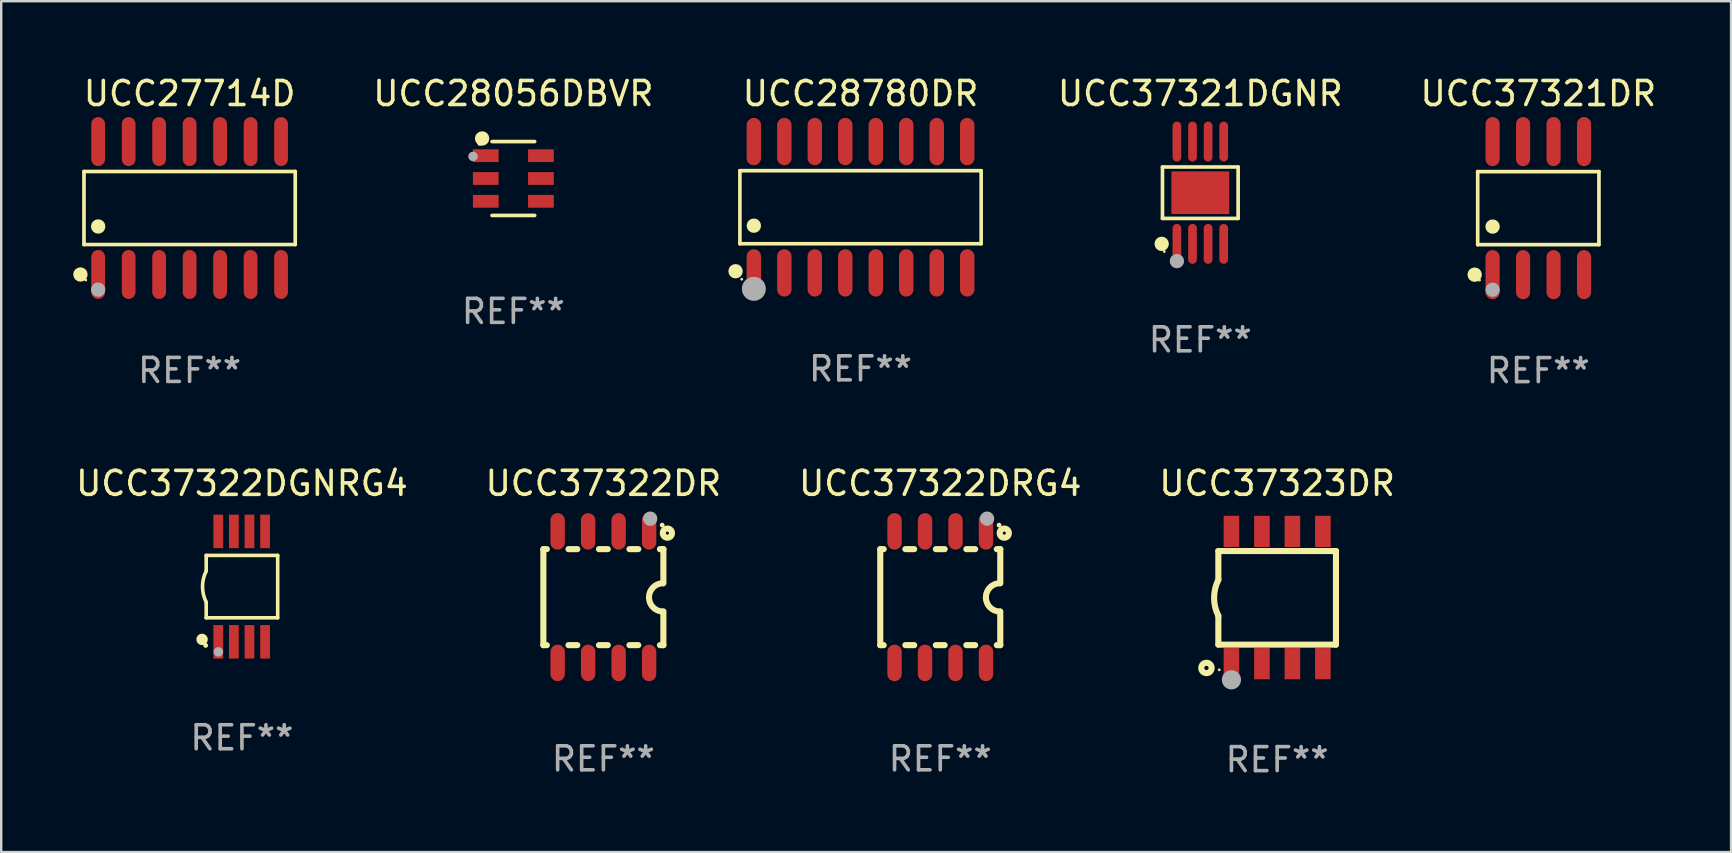
<source format=kicad_pcb>
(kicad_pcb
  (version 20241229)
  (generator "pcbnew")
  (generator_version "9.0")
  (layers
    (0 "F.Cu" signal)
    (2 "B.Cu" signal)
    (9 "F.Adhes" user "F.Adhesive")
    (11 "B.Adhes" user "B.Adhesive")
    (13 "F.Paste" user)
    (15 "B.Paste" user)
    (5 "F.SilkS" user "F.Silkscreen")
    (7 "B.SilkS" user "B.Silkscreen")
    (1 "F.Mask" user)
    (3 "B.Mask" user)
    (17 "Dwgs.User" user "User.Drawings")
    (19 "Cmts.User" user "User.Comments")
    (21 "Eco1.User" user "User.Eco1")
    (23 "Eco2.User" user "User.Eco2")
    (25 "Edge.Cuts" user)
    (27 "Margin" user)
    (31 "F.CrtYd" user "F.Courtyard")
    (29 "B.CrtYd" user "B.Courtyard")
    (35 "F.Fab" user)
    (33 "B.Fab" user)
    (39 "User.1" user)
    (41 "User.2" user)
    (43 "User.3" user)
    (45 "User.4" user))
  (footprint "UCC28056DBVR"
    (layer "F.Cu")
    (at 18.338 4.387)
    (property "Reference" "UCC28056DBVR" (at 0 -3.539 0) (layer "F.SilkS") (effects (font (size 1 1) (thickness 0.15))))
    (attr through_hole)
    (fp_line (start -0.889 -1.539) (end 0.889 -1.539) (stroke (width 0.152) (type solid)) (layer "F.SilkS"))
    (fp_line (start -0.889 1.539) (end 0.889 1.539) (stroke (width 0.152) (type solid)) (layer "F.SilkS"))
    (fp_circle (center -1.4 -1.463) (end -1.35 -1.463) (stroke (width 0.1) (type solid)) (fill no) (layer "F.SilkS"))
    (fp_circle (center -1.301 -1.668) (end -1.151 -1.668) (stroke (width 0.3) (type solid)) (fill no) (layer "F.SilkS"))
    (fp_circle (center -1.68 -0.92) (end -1.58 -0.92) (stroke (width 0.2) (type solid)) (fill no) (layer "F.Fab"))
    (fp_text user "REF**" (at 0 5.539 0) (layer "F.Fab") (effects (font (size 1 1) (thickness 0.15))))
    (pad "1" smd rect (at -1.149 -0.95 270) (size 0.532 1.072) (layers "F.Cu" "F.Mask" "F.Paste"))
    (pad "2" smd rect (at -1.149 0.000102 270) (size 0.532 1.072) (layers "F.Cu" "F.Mask" "F.Paste"))
    (pad "3" smd rect (at -1.149 0.95 270) (size 0.532 1.072) (layers "F.Cu" "F.Mask" "F.Paste"))
    (pad "4" smd rect (at 1.149 0.95 270) (size 0.532 1.072) (layers "F.Cu" "F.Mask" "F.Paste"))
    (pad "5" smd rect (at 1.149 0.000102 270) (size 0.532 1.072) (layers "F.Cu" "F.Mask" "F.Paste"))
    (pad "6" smd rect (at 1.149 -0.95 270) (size 0.532 1.072) (layers "F.Cu" "F.Mask" "F.Paste")))
  (footprint "UCC37323DR"
    (layer "F.Cu")
    (at 50.161 21.845)
    (property "Reference" "UCC37323DR" (at 0 -4.756 0) (layer "F.SilkS") (effects (font (size 1 1) (thickness 0.15))))
    (attr through_hole)
    (fp_line (start -2.45 -1.937) (end -2.45 -0.737) (stroke (width 0.254) (type solid)) (layer "F.SilkS"))
    (fp_line (start -2.45 -1.937) (end 2.45 -1.937) (stroke (width 0.254) (type solid)) (layer "F.SilkS"))
    (fp_line (start -2.45 1.963) (end -2.45 0.763) (stroke (width 0.254) (type solid)) (layer "F.SilkS"))
    (fp_line (start -2.45 1.963) (end 2.45 1.963) (stroke (width 0.254) (type solid)) (layer "F.SilkS"))
    (fp_line (start 2.45 -1.937) (end 2.45 1.963) (stroke (width 0.254) (type solid)) (layer "F.SilkS"))
    (fp_arc (start -2.449797 0.763271) (mid -2.626996 0.012993) (end -2.450025 -0.737338) (stroke (width 0.254001) (type solid)) (layer "F.SilkS"))
    (fp_circle (center -2.946 2.934) (end -2.73 2.934) (stroke (width 0.254) (type solid)) (fill no) (layer "F.SilkS"))
    (fp_circle (center -2.413 3.013) (end -2.383 3.013) (stroke (width 0.06) (type solid)) (fill no) (layer "F.SilkS"))
    (fp_circle (center -1.905 3.429) (end -1.705 3.429) (stroke (width 0.4) (type solid)) (fill no) (layer "F.Fab"))
    (fp_text user "REF**" (at 0 6.756 0) (layer "F.Fab") (effects (font (size 1 1) (thickness 0.15))))
    (pad "1" smd rect (at -1.905 2.756) (size 0.65 1.3) (layers "F.Cu" "F.Mask" "F.Paste"))
    (pad "2" smd rect (at -0.635 2.756) (size 0.65 1.3) (layers "F.Cu" "F.Mask" "F.Paste"))
    (pad "3" smd rect (at 0.635 2.756) (size 0.65 1.3) (layers "F.Cu" "F.Mask" "F.Paste"))
    (pad "4" smd rect (at 1.905 2.756) (size 0.65 1.3) (layers "F.Cu" "F.Mask" "F.Paste"))
    (pad "5" smd rect (at 1.905 -2.756) (size 0.65 1.3) (layers "F.Cu" "F.Mask" "F.Paste"))
    (pad "6" smd rect (at 0.635 -2.756) (size 0.65 1.3) (layers "F.Cu" "F.Mask" "F.Paste"))
    (pad "7" smd rect (at -0.635 -2.756) (size 0.65 1.3) (layers "F.Cu" "F.Mask" "F.Paste"))
    (pad "8" smd rect (at -1.905 -2.756) (size 0.65 1.3) (layers "F.Cu" "F.Mask" "F.Paste")))
  (footprint "UCC37322DR"
    (layer "F.Cu")
    (at 22.089 21.829)
    (property "Reference" "UCC37322DR" (at 0 -4.74 0) (layer "F.SilkS") (effects (font (size 1 1) (thickness 0.15))))
    (attr through_hole)
    (fp_line (start -2.5 2) (end -2.5 -2) (stroke (width 0.254) (type solid)) (layer "F.SilkS"))
    (fp_line (start -2.356 -2) (end -2.5 -2) (stroke (width 0.254) (type solid)) (layer "F.SilkS"))
    (fp_line (start -2.356 2) (end -2.5 2) (stroke (width 0.254) (type solid)) (layer "F.SilkS"))
    (fp_line (start -1.086 -2) (end -1.454 -2) (stroke (width 0.254) (type solid)) (layer "F.SilkS"))
    (fp_line (start -1.086 2) (end -1.454 2) (stroke (width 0.254) (type solid)) (layer "F.SilkS"))
    (fp_line (start 0.184 -2) (end -0.184 -2) (stroke (width 0.254) (type solid)) (layer "F.SilkS"))
    (fp_line (start 0.184 2) (end -0.184 2) (stroke (width 0.254) (type solid)) (layer "F.SilkS"))
    (fp_line (start 1.454 -2) (end 1.086 -2) (stroke (width 0.254) (type solid)) (layer "F.SilkS"))
    (fp_line (start 1.454 2) (end 1.086 2) (stroke (width 0.254) (type solid)) (layer "F.SilkS"))
    (fp_line (start 2.5 -2) (end 2.356 -2) (stroke (width 0.254) (type solid)) (layer "F.SilkS"))
    (fp_line (start 2.5 -0.58) (end 2.5 -2) (stroke (width 0.254) (type solid)) (layer "F.SilkS"))
    (fp_line (start 2.5 2) (end 2.356 2) (stroke (width 0.254) (type solid)) (layer "F.SilkS"))
    (fp_line (start 2.5 2) (end 2.5 0.6) (stroke (width 0.254) (type solid)) (layer "F.SilkS"))
    (fp_arc (start 2.489992 0.600051) (mid 1.901674 0.010046) (end 2.489992 -0.579959) (stroke (width 0.254001) (type solid)) (layer "F.SilkS"))
    (fp_circle (center 2.45 -3) (end 2.5 -3) (stroke (width 0.1) (type solid)) (fill no) (layer "F.SilkS"))
    (fp_circle (center 2.667 -2.667) (end 2.858 -2.667) (stroke (width 0.254) (type solid)) (fill no) (layer "F.SilkS"))
    (fp_circle (center 1.95 -3.27) (end 2.1 -3.27) (stroke (width 0.3) (type solid)) (fill no) (layer "F.Fab"))
    (fp_text user "REF**" (at 0 6.74 0) (layer "F.Fab") (effects (font (size 1 1) (thickness 0.15))))
    (pad "1" smd oval (at 1.905 -2.74) (size 0.6 1.52) (layers "F.Cu" "F.Mask" "F.Paste"))
    (pad "2" smd oval (at 0.635 -2.74) (size 0.6 1.52) (layers "F.Cu" "F.Mask" "F.Paste"))
    (pad "3" smd oval (at -0.635 -2.74) (size 0.6 1.52) (layers "F.Cu" "F.Mask" "F.Paste"))
    (pad "4" smd oval (at -1.905 -2.74) (size 0.6 1.52) (layers "F.Cu" "F.Mask" "F.Paste"))
    (pad "5" smd oval (at -1.905 2.74) (size 0.6 1.52) (layers "F.Cu" "F.Mask" "F.Paste"))
    (pad "6" smd oval (at -0.635 2.74) (size 0.6 1.52) (layers "F.Cu" "F.Mask" "F.Paste"))
    (pad "7" smd oval (at 0.635 2.74) (size 0.6 1.52) (layers "F.Cu" "F.Mask" "F.Paste"))
    (pad "8" smd oval (at 1.905 2.74) (size 0.6 1.52) (layers "F.Cu" "F.Mask" "F.Paste")))
  (footprint "UCC37322DGNRG4"
    (layer "F.Cu")
    (at 7.03 21.39)
    (property "Reference" "UCC37322DGNRG4" (at 0 -4.3 0) (layer "F.SilkS") (effects (font (size 1 1) (thickness 0.15))))
    (attr through_hole)
    (fp_line (start -1.489 -1.3) (end -1.489 -0.648) (stroke (width 0.15) (type solid)) (layer "F.SilkS"))
    (fp_line (start -1.489 0.648) (end -1.489 1.3) (stroke (width 0.15) (type solid)) (layer "F.SilkS"))
    (fp_line (start -1.489 1.3) (end 1.489 1.3) (stroke (width 0.15) (type solid)) (layer "F.SilkS"))
    (fp_line (start 1.489 -1.3) (end -1.489 -1.3) (stroke (width 0.15) (type solid)) (layer "F.SilkS"))
    (fp_line (start 1.489 1.3) (end 1.489 -1.3) (stroke (width 0.15) (type solid)) (layer "F.SilkS"))
    (fp_arc (start -1.489205 0.647702) (mid -1.642107 0) (end -1.489205 -0.647701) (stroke (width 0.150013) (type solid)) (layer "F.SilkS"))
    (fp_circle (center -1.661 2.2) (end -1.541 2.2) (stroke (width 0.24) (type solid)) (fill no) (layer "F.SilkS"))
    (fp_circle (center -1.511 2.45) (end -1.461 2.45) (stroke (width 0.1) (type solid)) (fill no) (layer "F.SilkS"))
    (fp_circle (center -0.981 2.72) (end -0.881 2.72) (stroke (width 0.2) (type solid)) (fill no) (layer "F.Fab"))
    (fp_text user "REF**" (at 0 6.3 0) (layer "F.Fab") (effects (font (size 1 1) (thickness 0.15))))
    (pad "1" smd rect (at -0.986 2.3) (size 0.406 1.397) (layers "F.Cu" "F.Mask" "F.Paste"))
    (pad "2" smd rect (at -0.336 2.3) (size 0.406 1.397) (layers "F.Cu" "F.Mask" "F.Paste"))
    (pad "3" smd rect (at 0.314 2.3) (size 0.406 1.397) (layers "F.Cu" "F.Mask" "F.Paste"))
    (pad "4" smd rect (at 0.964 2.3) (size 0.406 1.397) (layers "F.Cu" "F.Mask" "F.Paste"))
    (pad "5" smd rect (at 0.964 -2.3) (size 0.406 1.397) (layers "F.Cu" "F.Mask" "F.Paste"))
    (pad "6" smd rect (at 0.314 -2.3) (size 0.406 1.397) (layers "F.Cu" "F.Mask" "F.Paste"))
    (pad "7" smd rect (at -0.336 -2.3) (size 0.406 1.397) (layers "F.Cu" "F.Mask" "F.Paste"))
    (pad "8" smd rect (at -0.986 -2.3) (size 0.406 1.397) (layers "F.Cu" "F.Mask" "F.Paste")))
  (footprint "UCC37322DRG4"
    (layer "F.Cu")
    (at 36.125 21.829)
    (property "Reference" "UCC37322DRG4" (at 0 -4.74 0) (layer "F.SilkS") (effects (font (size 1 1) (thickness 0.15))))
    (attr through_hole)
    (fp_line (start -2.5 2) (end -2.5 -2) (stroke (width 0.254) (type solid)) (layer "F.SilkS"))
    (fp_line (start -2.356 -2) (end -2.5 -2) (stroke (width 0.254) (type solid)) (layer "F.SilkS"))
    (fp_line (start -2.356 2) (end -2.5 2) (stroke (width 0.254) (type solid)) (layer "F.SilkS"))
    (fp_line (start -1.086 -2) (end -1.454 -2) (stroke (width 0.254) (type solid)) (layer "F.SilkS"))
    (fp_line (start -1.086 2) (end -1.454 2) (stroke (width 0.254) (type solid)) (layer "F.SilkS"))
    (fp_line (start 0.184 -2) (end -0.184 -2) (stroke (width 0.254) (type solid)) (layer "F.SilkS"))
    (fp_line (start 0.184 2) (end -0.184 2) (stroke (width 0.254) (type solid)) (layer "F.SilkS"))
    (fp_line (start 1.454 -2) (end 1.086 -2) (stroke (width 0.254) (type solid)) (layer "F.SilkS"))
    (fp_line (start 1.454 2) (end 1.086 2) (stroke (width 0.254) (type solid)) (layer "F.SilkS"))
    (fp_line (start 2.5 -2) (end 2.356 -2) (stroke (width 0.254) (type solid)) (layer "F.SilkS"))
    (fp_line (start 2.5 -0.58) (end 2.5 -2) (stroke (width 0.254) (type solid)) (layer "F.SilkS"))
    (fp_line (start 2.5 2) (end 2.356 2) (stroke (width 0.254) (type solid)) (layer "F.SilkS"))
    (fp_line (start 2.5 2) (end 2.5 0.6) (stroke (width 0.254) (type solid)) (layer "F.SilkS"))
    (fp_arc (start 2.489992 0.600051) (mid 1.901674 0.010046) (end 2.489992 -0.579959) (stroke (width 0.254001) (type solid)) (layer "F.SilkS"))
    (fp_circle (center 2.45 -3) (end 2.5 -3) (stroke (width 0.1) (type solid)) (fill no) (layer "F.SilkS"))
    (fp_circle (center 2.667 -2.667) (end 2.858 -2.667) (stroke (width 0.254) (type solid)) (fill no) (layer "F.SilkS"))
    (fp_circle (center 1.95 -3.27) (end 2.1 -3.27) (stroke (width 0.3) (type solid)) (fill no) (layer "F.Fab"))
    (fp_text user "REF**" (at 0 6.74 0) (layer "F.Fab") (effects (font (size 1 1) (thickness 0.15))))
    (pad "1" smd oval (at 1.905 -2.74) (size 0.6 1.52) (layers "F.Cu" "F.Mask" "F.Paste"))
    (pad "2" smd oval (at 0.635 -2.74) (size 0.6 1.52) (layers "F.Cu" "F.Mask" "F.Paste"))
    (pad "3" smd oval (at -0.635 -2.74) (size 0.6 1.52) (layers "F.Cu" "F.Mask" "F.Paste"))
    (pad "4" smd oval (at -1.905 -2.74) (size 0.6 1.52) (layers "F.Cu" "F.Mask" "F.Paste"))
    (pad "5" smd oval (at -1.905 2.74) (size 0.6 1.52) (layers "F.Cu" "F.Mask" "F.Paste"))
    (pad "6" smd oval (at -0.635 2.74) (size 0.6 1.52) (layers "F.Cu" "F.Mask" "F.Paste"))
    (pad "7" smd oval (at 0.635 2.74) (size 0.6 1.52) (layers "F.Cu" "F.Mask" "F.Paste"))
    (pad "8" smd oval (at 1.905 2.74) (size 0.6 1.52) (layers "F.Cu" "F.Mask" "F.Paste")))
  (footprint "UCC27714D"
    (layer "F.Cu")
    (at 4.85 5.617)
    (property "Reference" "UCC27714D" (at 0 -4.769 0) (layer "F.SilkS") (effects (font (size 1 1) (thickness 0.15))))
    (attr through_hole)
    (fp_line (start -4.401 -1.521) (end 4.401 -1.521) (stroke (width 0.152) (type solid)) (layer "F.SilkS"))
    (fp_line (start -4.401 1.521) (end -4.401 -1.521) (stroke (width 0.152) (type solid)) (layer "F.SilkS"))
    (fp_line (start 4.401 -1.521) (end 4.401 1.521) (stroke (width 0.152) (type solid)) (layer "F.SilkS"))
    (fp_line (start 4.401 1.521) (end -4.401 1.521) (stroke (width 0.152) (type solid)) (layer "F.SilkS"))
    (fp_circle (center -4.549 2.769) (end -4.399 2.769) (stroke (width 0.3) (type solid)) (fill no) (layer "F.SilkS"))
    (fp_circle (center -4.325 3) (end -4.295 3) (stroke (width 0.06) (type solid)) (fill no) (layer "F.SilkS"))
    (fp_circle (center -3.81 0.769) (end -3.66 0.769) (stroke (width 0.3) (type solid)) (fill no) (layer "F.SilkS"))
    (fp_circle (center -3.81 3.4) (end -3.66 3.4) (stroke (width 0.3) (type solid)) (fill no) (layer "F.Fab"))
    (fp_text user "REF**" (at 0 6.769 0) (layer "F.Fab") (effects (font (size 1 1) (thickness 0.15))))
    (pad "1" smd oval (at -3.81 2.769) (size 0.574 2.038) (layers "F.Cu" "F.Mask" "F.Paste"))
    (pad "2" smd oval (at -2.54 2.769) (size 0.574 2.038) (layers "F.Cu" "F.Mask" "F.Paste"))
    (pad "3" smd oval (at -1.27 2.769) (size 0.574 2.038) (layers "F.Cu" "F.Mask" "F.Paste"))
    (pad "4" smd oval (at 0 2.769) (size 0.574 2.038) (layers "F.Cu" "F.Mask" "F.Paste"))
    (pad "5" smd oval (at 1.27 2.769) (size 0.574 2.038) (layers "F.Cu" "F.Mask" "F.Paste"))
    (pad "6" smd oval (at 2.54 2.769) (size 0.574 2.038) (layers "F.Cu" "F.Mask" "F.Paste"))
    (pad "7" smd oval (at 3.81 2.769) (size 0.574 2.038) (layers "F.Cu" "F.Mask" "F.Paste"))
    (pad "8" smd oval (at 3.81 -2.769) (size 0.574 2.038) (layers "F.Cu" "F.Mask" "F.Paste"))
    (pad "9" smd oval (at 2.54 -2.769) (size 0.574 2.038) (layers "F.Cu" "F.Mask" "F.Paste"))
    (pad "10" smd oval (at 1.27 -2.769) (size 0.574 2.038) (layers "F.Cu" "F.Mask" "F.Paste"))
    (pad "11" smd oval (at 0 -2.769) (size 0.574 2.038) (layers "F.Cu" "F.Mask" "F.Paste"))
    (pad "12" smd oval (at -1.27 -2.769) (size 0.574 2.038) (layers "F.Cu" "F.Mask" "F.Paste"))
    (pad "13" smd oval (at -2.54 -2.769) (size 0.574 2.038) (layers "F.Cu" "F.Mask" "F.Paste"))
    (pad "14" smd oval (at -3.81 -2.769) (size 0.574 2.038) (layers "F.Cu" "F.Mask" "F.Paste")))
  (footprint "UCC37321DGNR"
    (layer "F.Cu")
    (at 46.959 4.979)
    (property "Reference" "UCC37321DGNR" (at 0 -4.131 0) (layer "F.SilkS") (effects (font (size 1 1) (thickness 0.15))))
    (attr through_hole)
    (fp_line (start -1.576 -1.071) (end 1.576 -1.071) (stroke (width 0.152) (type solid)) (layer "F.SilkS"))
    (fp_line (start -1.576 1.071) (end -1.576 -1.071) (stroke (width 0.152) (type solid)) (layer "F.SilkS"))
    (fp_line (start 1.576 -1.071) (end 1.576 1.071) (stroke (width 0.152) (type solid)) (layer "F.SilkS"))
    (fp_line (start 1.576 1.071) (end -1.576 1.071) (stroke (width 0.152) (type solid)) (layer "F.SilkS"))
    (fp_circle (center -1.609 2.131) (end -1.459 2.131) (stroke (width 0.3) (type solid)) (fill no) (layer "F.SilkS"))
    (fp_circle (center -1.5 2.45) (end -1.47 2.45) (stroke (width 0.06) (type solid)) (fill no) (layer "F.SilkS"))
    (fp_circle (center -0.975 2.85) (end -0.825 2.85) (stroke (width 0.3) (type solid)) (fill no) (layer "F.Fab"))
    (fp_text user "REF**" (at 0 6.131 0) (layer "F.Fab") (effects (font (size 1 1) (thickness 0.15))))
    (pad "1" smd oval (at -0.975 2.131) (size 0.364 1.662) (layers "F.Cu" "F.Mask" "F.Paste"))
    (pad "2" smd oval (at -0.325 2.131) (size 0.364 1.662) (layers "F.Cu" "F.Mask" "F.Paste"))
    (pad "3" smd oval (at 0.325 2.131) (size 0.364 1.662) (layers "F.Cu" "F.Mask" "F.Paste"))
    (pad "4" smd oval (at 0.975 2.131) (size 0.364 1.662) (layers "F.Cu" "F.Mask" "F.Paste"))
    (pad "5" smd oval (at 0.975 -2.131) (size 0.364 1.662) (layers "F.Cu" "F.Mask" "F.Paste"))
    (pad "6" smd oval (at 0.325 -2.131) (size 0.364 1.662) (layers "F.Cu" "F.Mask" "F.Paste"))
    (pad "7" smd oval (at -0.325 -2.131) (size 0.364 1.662) (layers "F.Cu" "F.Mask" "F.Paste"))
    (pad "8" smd oval (at -0.975 -2.131) (size 0.364 1.662) (layers "F.Cu" "F.Mask" "F.Paste"))
    (pad "9" smd rect (at 0 0) (size 2.41 1.78) (layers "F.Cu" "F.Mask" "F.Paste")))
  (footprint "UCC28780DR"
    (layer "F.Cu")
    (at 32.803 5.584)
    (property "Reference" "UCC28780DR" (at 0 -4.736 0) (layer "F.SilkS") (effects (font (size 1 1) (thickness 0.15))))
    (attr through_hole)
    (fp_line (start -5.026 -1.521) (end 5.026 -1.521) (stroke (width 0.152) (type solid)) (layer "F.SilkS"))
    (fp_line (start -5.026 1.521) (end -5.026 -1.521) (stroke (width 0.152) (type solid)) (layer "F.SilkS"))
    (fp_line (start 5.026 -1.521) (end 5.026 1.521) (stroke (width 0.152) (type solid)) (layer "F.SilkS"))
    (fp_line (start 5.026 1.521) (end -5.026 1.521) (stroke (width 0.152) (type solid)) (layer "F.SilkS"))
    (fp_circle (center -5.207 2.667) (end -5.057 2.667) (stroke (width 0.3) (type solid)) (fill no) (layer "F.SilkS"))
    (fp_circle (center -4.95 3) (end -4.92 3) (stroke (width 0.06) (type solid)) (fill no) (layer "F.SilkS"))
    (fp_circle (center -4.445 0.769) (end -4.295 0.769) (stroke (width 0.3) (type solid)) (fill no) (layer "F.SilkS"))
    (fp_circle (center -4.445 3.4) (end -4.195 3.4) (stroke (width 0.5) (type solid)) (fill no) (layer "F.Fab"))
    (fp_text user "REF**" (at 0 6.736 0) (layer "F.Fab") (effects (font (size 1 1) (thickness 0.15))))
    (pad "1" smd oval (at -4.445 2.736) (size 0.602 1.971) (layers "F.Cu" "F.Mask" "F.Paste"))
    (pad "2" smd oval (at -3.175 2.736) (size 0.602 1.971) (layers "F.Cu" "F.Mask" "F.Paste"))
    (pad "3" smd oval (at -1.905 2.736) (size 0.602 1.971) (layers "F.Cu" "F.Mask" "F.Paste"))
    (pad "4" smd oval (at -0.635 2.736) (size 0.602 1.971) (layers "F.Cu" "F.Mask" "F.Paste"))
    (pad "5" smd oval (at 0.635 2.736) (size 0.602 1.971) (layers "F.Cu" "F.Mask" "F.Paste"))
    (pad "6" smd oval (at 1.905 2.736) (size 0.602 1.971) (layers "F.Cu" "F.Mask" "F.Paste"))
    (pad "7" smd oval (at 3.175 2.736) (size 0.602 1.971) (layers "F.Cu" "F.Mask" "F.Paste"))
    (pad "8" smd oval (at 4.445 2.736) (size 0.602 1.971) (layers "F.Cu" "F.Mask" "F.Paste"))
    (pad "9" smd oval (at 4.445 -2.736) (size 0.602 1.971) (layers "F.Cu" "F.Mask" "F.Paste"))
    (pad "10" smd oval (at 3.175 -2.736) (size 0.602 1.971) (layers "F.Cu" "F.Mask" "F.Paste"))
    (pad "11" smd oval (at 1.905 -2.736) (size 0.602 1.971) (layers "F.Cu" "F.Mask" "F.Paste"))
    (pad "12" smd oval (at 0.635 -2.736) (size 0.602 1.971) (layers "F.Cu" "F.Mask" "F.Paste"))
    (pad "13" smd oval (at -0.635 -2.736) (size 0.602 1.971) (layers "F.Cu" "F.Mask" "F.Paste"))
    (pad "14" smd oval (at -1.905 -2.736) (size 0.602 1.971) (layers "F.Cu" "F.Mask" "F.Paste"))
    (pad "15" smd oval (at -3.175 -2.736) (size 0.602 1.971) (layers "F.Cu" "F.Mask" "F.Paste"))
    (pad "16" smd oval (at -4.445 -2.736) (size 0.602 1.971) (layers "F.Cu" "F.Mask" "F.Paste")))
  (footprint "UCC37321DR"
    (layer "F.Cu")
    (at 61.042 5.621)
    (property "Reference" "UCC37321DR" (at 0 -4.772 0) (layer "F.SilkS") (effects (font (size 1 1) (thickness 0.15))))
    (attr through_hole)
    (fp_line (start -2.526 -1.521) (end 2.526 -1.521) (stroke (width 0.152) (type solid)) (layer "F.SilkS"))
    (fp_line (start -2.526 1.521) (end -2.526 -1.521) (stroke (width 0.152) (type solid)) (layer "F.SilkS"))
    (fp_line (start 2.526 -1.521) (end 2.526 1.521) (stroke (width 0.152) (type solid)) (layer "F.SilkS"))
    (fp_line (start 2.526 1.521) (end -2.526 1.521) (stroke (width 0.152) (type solid)) (layer "F.SilkS"))
    (fp_circle (center -2.652 2.772) (end -2.501 2.772) (stroke (width 0.3) (type solid)) (fill no) (layer "F.SilkS"))
    (fp_circle (center -2.45 3) (end -2.42 3) (stroke (width 0.06) (type solid)) (fill no) (layer "F.SilkS"))
    (fp_circle (center -1.905 0.769) (end -1.755 0.769) (stroke (width 0.3) (type solid)) (fill no) (layer "F.SilkS"))
    (fp_circle (center -1.905 3.4) (end -1.755 3.4) (stroke (width 0.3) (type solid)) (fill no) (layer "F.Fab"))
    (fp_text user "REF**" (at 0 6.772 0) (layer "F.Fab") (effects (font (size 1 1) (thickness 0.15))))
    (pad "1" smd oval (at -1.905 2.772) (size 0.588 2.045) (layers "F.Cu" "F.Mask" "F.Paste"))
    (pad "2" smd oval (at -0.635 2.772) (size 0.588 2.045) (layers "F.Cu" "F.Mask" "F.Paste"))
    (pad "3" smd oval (at 0.635 2.772) (size 0.588 2.045) (layers "F.Cu" "F.Mask" "F.Paste"))
    (pad "4" smd oval (at 1.905 2.772) (size 0.588 2.045) (layers "F.Cu" "F.Mask" "F.Paste"))
    (pad "5" smd oval (at 1.905 -2.772) (size 0.588 2.045) (layers "F.Cu" "F.Mask" "F.Paste"))
    (pad "6" smd oval (at 0.635 -2.772) (size 0.588 2.045) (layers "F.Cu" "F.Mask" "F.Paste"))
    (pad "7" smd oval (at -0.635 -2.772) (size 0.588 2.045) (layers "F.Cu" "F.Mask" "F.Paste"))
    (pad "8" smd oval (at -1.905 -2.772) (size 0.588 2.045) (layers "F.Cu" "F.Mask" "F.Paste")))
  (gr_rect
    (start -3 -3)
    (end 69.072 32.45)
    (stroke (width 0.1) (type default))
    (fill no)
    (layer "Edge.Cuts")))
</source>
